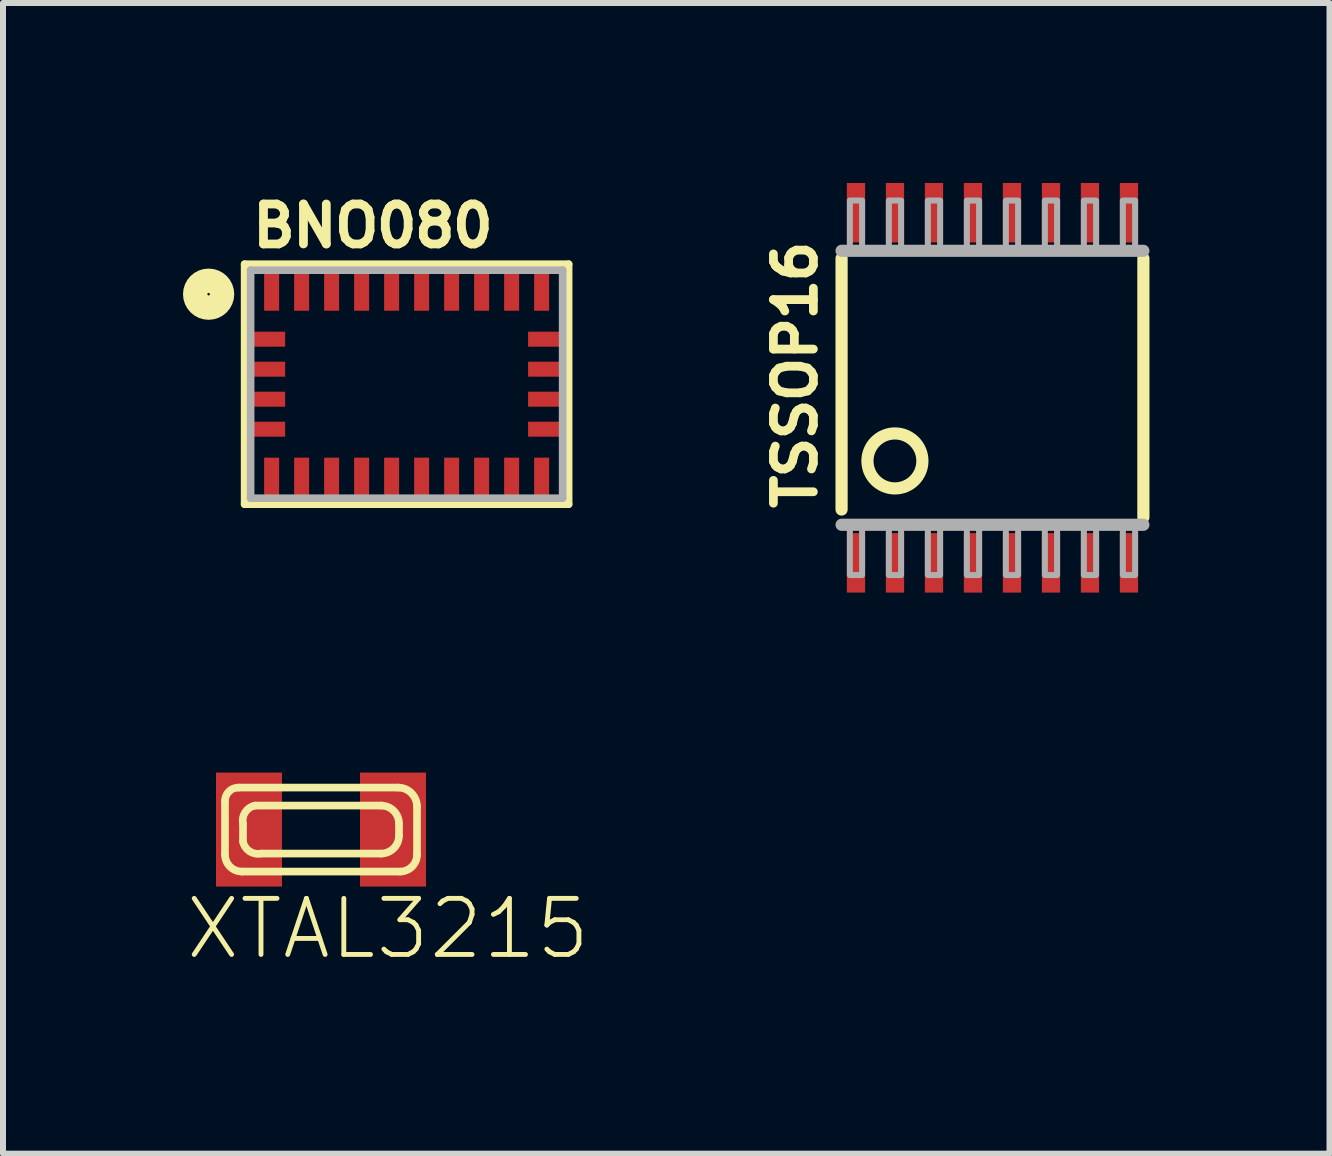
<source format=kicad_pcb>
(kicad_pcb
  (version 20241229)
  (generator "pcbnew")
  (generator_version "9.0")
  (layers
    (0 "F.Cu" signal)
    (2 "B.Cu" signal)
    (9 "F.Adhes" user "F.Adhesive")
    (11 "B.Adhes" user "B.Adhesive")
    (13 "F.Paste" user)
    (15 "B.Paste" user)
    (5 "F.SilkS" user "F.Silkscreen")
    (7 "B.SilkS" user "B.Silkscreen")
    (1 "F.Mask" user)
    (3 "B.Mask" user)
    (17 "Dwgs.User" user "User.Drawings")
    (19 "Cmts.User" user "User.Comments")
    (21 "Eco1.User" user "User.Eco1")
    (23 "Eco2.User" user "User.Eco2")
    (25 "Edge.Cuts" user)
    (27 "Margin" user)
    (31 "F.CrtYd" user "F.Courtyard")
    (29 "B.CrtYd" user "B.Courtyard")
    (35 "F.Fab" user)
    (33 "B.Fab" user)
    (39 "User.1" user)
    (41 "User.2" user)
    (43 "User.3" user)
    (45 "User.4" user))
  (footprint "BNO080"
    (layer "F.Cu")
    (at 3.727 3.353)
    (property "Reference" "BNO080" (at -2.64 -2.248 0) (layer "F.SilkS") (effects (font (size 0.666 0.666) (thickness 0.146)) (justify left bottom)))
    (fp_line (start -2.7 -2) (end 2.7 -2) (stroke (width 0.127) (type solid)) (layer "F.SilkS"))
    (fp_line (start -2.7 2) (end -2.7 -2) (stroke (width 0.127) (type solid)) (layer "F.SilkS"))
    (fp_line (start 2.7 -2) (end 2.7 2) (stroke (width 0.127) (type solid)) (layer "F.SilkS"))
    (fp_line (start 2.7 2) (end -2.7 2) (stroke (width 0.127) (type solid)) (layer "F.SilkS"))
    (fp_circle (center -3.3 -1.5) (end -3.076 -1.5) (stroke (width 0.406) (type solid)) (fill no) (layer "F.SilkS"))
    (fp_line (start -2.6 -1.9) (end 2.6 -1.9) (stroke (width 0.127) (type solid)) (layer "F.Fab"))
    (fp_line (start -2.6 1.9) (end -2.6 -1.9) (stroke (width 0.127) (type solid)) (layer "F.Fab"))
    (fp_line (start 2.6 -1.9) (end 2.6 1.9) (stroke (width 0.127) (type solid)) (layer "F.Fab"))
    (fp_line (start 2.6 1.9) (end -2.6 1.9) (stroke (width 0.127) (type solid)) (layer "F.Fab"))
    (pad "1" smd rect (at -2.25 -1.562) (size 0.25 0.675) (layers "F.Cu" "F.Mask" "F.Paste"))
    (pad "2" smd rect (at -2.312 -0.75 90) (size 0.25 0.575) (layers "F.Cu" "F.Mask" "F.Paste"))
    (pad "3" smd rect (at -2.312 -0.25 90) (size 0.25 0.575) (layers "F.Cu" "F.Mask" "F.Paste"))
    (pad "4" smd rect (at -2.312 0.25 90) (size 0.25 0.575) (layers "F.Cu" "F.Mask" "F.Paste"))
    (pad "5" smd rect (at -2.312 0.75 90) (size 0.25 0.575) (layers "F.Cu" "F.Mask" "F.Paste"))
    (pad "6" smd rect (at -2.25 1.562) (size 0.25 0.675) (layers "F.Cu" "F.Mask" "F.Paste"))
    (pad "7" smd rect (at -1.75 1.562) (size 0.25 0.675) (layers "F.Cu" "F.Mask" "F.Paste"))
    (pad "8" smd rect (at -1.25 1.562) (size 0.25 0.675) (layers "F.Cu" "F.Mask" "F.Paste"))
    (pad "9" smd rect (at -0.75 1.562) (size 0.25 0.675) (layers "F.Cu" "F.Mask" "F.Paste"))
    (pad "10" smd rect (at -0.25 1.562) (size 0.25 0.675) (layers "F.Cu" "F.Mask" "F.Paste"))
    (pad "11" smd rect (at 0.25 1.562) (size 0.25 0.675) (layers "F.Cu" "F.Mask" "F.Paste"))
    (pad "12" smd rect (at 0.75 1.562) (size 0.25 0.675) (layers "F.Cu" "F.Mask" "F.Paste"))
    (pad "13" smd rect (at 1.25 1.562) (size 0.25 0.675) (layers "F.Cu" "F.Mask" "F.Paste"))
    (pad "14" smd rect (at 1.75 1.562) (size 0.25 0.675) (layers "F.Cu" "F.Mask" "F.Paste"))
    (pad "15" smd rect (at 2.25 1.562) (size 0.25 0.675) (layers "F.Cu" "F.Mask" "F.Paste"))
    (pad "16" smd rect (at 2.312 0.75 90) (size 0.25 0.575) (layers "F.Cu" "F.Mask" "F.Paste"))
    (pad "17" smd rect (at 2.312 0.25 90) (size 0.25 0.575) (layers "F.Cu" "F.Mask" "F.Paste"))
    (pad "18" smd rect (at 2.312 -0.25 90) (size 0.25 0.575) (layers "F.Cu" "F.Mask" "F.Paste"))
    (pad "19" smd rect (at 2.312 -0.75 90) (size 0.25 0.575) (layers "F.Cu" "F.Mask" "F.Paste"))
    (pad "20" smd rect (at 2.25 -1.562) (size 0.25 0.675) (layers "F.Cu" "F.Mask" "F.Paste"))
    (pad "21" smd rect (at 1.75 -1.562) (size 0.25 0.675) (layers "F.Cu" "F.Mask" "F.Paste"))
    (pad "22" smd rect (at 1.25 -1.562) (size 0.25 0.675) (layers "F.Cu" "F.Mask" "F.Paste"))
    (pad "23" smd rect (at 0.75 -1.562) (size 0.25 0.675) (layers "F.Cu" "F.Mask" "F.Paste"))
    (pad "24" smd rect (at 0.25 -1.562) (size 0.25 0.675) (layers "F.Cu" "F.Mask" "F.Paste"))
    (pad "25" smd rect (at -0.25 -1.562) (size 0.25 0.675) (layers "F.Cu" "F.Mask" "F.Paste"))
    (pad "26" smd rect (at -0.75 -1.562) (size 0.25 0.675) (layers "F.Cu" "F.Mask" "F.Paste"))
    (pad "27" smd rect (at -1.25 -1.562) (size 0.25 0.675) (layers "F.Cu" "F.Mask" "F.Paste"))
    (pad "28" smd rect (at -1.75 -1.562) (size 0.25 0.675) (layers "F.Cu" "F.Mask" "F.Paste")))
  (footprint "TSSOP16"
    (layer "F.Cu")
    (at 13.491 3.413)
    (property "Reference" "TSSOP16" (at -2.896 2.083 90) (layer "F.SilkS") (effects (font (size 0.666 0.666) (thickness 0.146)) (justify left bottom)))
    (fp_line (start -2.515 2.029) (end -2.515 -2.156) (stroke (width 0.203) (type solid)) (layer "F.SilkS"))
    (fp_line (start 2.515 -2.156) (end 2.515 2.156) (stroke (width 0.203) (type solid)) (layer "F.SilkS"))
    (fp_circle (center -1.626 1.219) (end -1.168 1.219) (stroke (width 0.203) (type solid)) (fill no) (layer "F.SilkS"))
    (fp_line (start -2.515 2.283) (end 2.515 2.283) (stroke (width 0.203) (type solid)) (layer "F.Fab"))
    (fp_line (start 2.515 -2.283) (end -2.515 -2.283) (stroke (width 0.203) (type solid)) (layer "F.Fab"))
    (fp_poly (pts (xy -2.377 -2.283) (xy -2.173 -2.283) (xy -2.173 -3.121) (xy -2.377 -3.121)) (stroke (width 0.1) (type solid)) (fill no) (layer "F.Fab"))
    (fp_poly (pts (xy -2.377 3.121) (xy -2.173 3.121) (xy -2.173 2.283) (xy -2.377 2.283)) (stroke (width 0.1) (type solid)) (fill no) (layer "F.Fab"))
    (fp_poly (pts (xy -1.727 -2.283) (xy -1.523 -2.283) (xy -1.523 -3.121) (xy -1.727 -3.121)) (stroke (width 0.1) (type solid)) (fill no) (layer "F.Fab"))
    (fp_poly (pts (xy -1.727 3.121) (xy -1.523 3.121) (xy -1.523 2.283) (xy -1.727 2.283)) (stroke (width 0.1) (type solid)) (fill no) (layer "F.Fab"))
    (fp_poly (pts (xy -1.077 -2.283) (xy -0.873 -2.283) (xy -0.873 -3.121) (xy -1.077 -3.121)) (stroke (width 0.1) (type solid)) (fill no) (layer "F.Fab"))
    (fp_poly (pts (xy -1.077 3.121) (xy -0.873 3.121) (xy -0.873 2.283) (xy -1.077 2.283)) (stroke (width 0.1) (type solid)) (fill no) (layer "F.Fab"))
    (fp_poly (pts (xy -0.427 -2.283) (xy -0.223 -2.283) (xy -0.223 -3.121) (xy -0.427 -3.121)) (stroke (width 0.1) (type solid)) (fill no) (layer "F.Fab"))
    (fp_poly (pts (xy -0.427 3.121) (xy -0.223 3.121) (xy -0.223 2.283) (xy -0.427 2.283)) (stroke (width 0.1) (type solid)) (fill no) (layer "F.Fab"))
    (fp_poly (pts (xy 0.223 -2.283) (xy 0.427 -2.283) (xy 0.427 -3.121) (xy 0.223 -3.121)) (stroke (width 0.1) (type solid)) (fill no) (layer "F.Fab"))
    (fp_poly (pts (xy 0.223 3.121) (xy 0.427 3.121) (xy 0.427 2.283) (xy 0.223 2.283)) (stroke (width 0.1) (type solid)) (fill no) (layer "F.Fab"))
    (fp_poly (pts (xy 0.873 -2.283) (xy 1.077 -2.283) (xy 1.077 -3.121) (xy 0.873 -3.121)) (stroke (width 0.1) (type solid)) (fill no) (layer "F.Fab"))
    (fp_poly (pts (xy 0.873 3.121) (xy 1.077 3.121) (xy 1.077 2.283) (xy 0.873 2.283)) (stroke (width 0.1) (type solid)) (fill no) (layer "F.Fab"))
    (fp_poly (pts (xy 1.523 -2.283) (xy 1.727 -2.283) (xy 1.727 -3.121) (xy 1.523 -3.121)) (stroke (width 0.1) (type solid)) (fill no) (layer "F.Fab"))
    (fp_poly (pts (xy 1.523 3.121) (xy 1.727 3.121) (xy 1.727 2.283) (xy 1.523 2.283)) (stroke (width 0.1) (type solid)) (fill no) (layer "F.Fab"))
    (fp_poly (pts (xy 2.173 -2.283) (xy 2.377 -2.283) (xy 2.377 -3.121) (xy 2.173 -3.121)) (stroke (width 0.1) (type solid)) (fill no) (layer "F.Fab"))
    (fp_poly (pts (xy 2.173 3.121) (xy 2.377 3.121) (xy 2.377 2.283) (xy 2.173 2.283)) (stroke (width 0.1) (type solid)) (fill no) (layer "F.Fab"))
    (pad "1" smd rect (at -2.275 2.918) (size 0.305 0.991) (layers "F.Cu" "F.Mask" "F.Paste"))
    (pad "2" smd rect (at -1.625 2.918) (size 0.305 0.991) (layers "F.Cu" "F.Mask" "F.Paste"))
    (pad "3" smd rect (at -0.975 2.918) (size 0.305 0.991) (layers "F.Cu" "F.Mask" "F.Paste"))
    (pad "4" smd rect (at -0.325 2.918) (size 0.305 0.991) (layers "F.Cu" "F.Mask" "F.Paste"))
    (pad "5" smd rect (at 0.325 2.918) (size 0.305 0.991) (layers "F.Cu" "F.Mask" "F.Paste"))
    (pad "6" smd rect (at 0.975 2.918) (size 0.305 0.991) (layers "F.Cu" "F.Mask" "F.Paste"))
    (pad "7" smd rect (at 1.625 2.918) (size 0.305 0.991) (layers "F.Cu" "F.Mask" "F.Paste"))
    (pad "8" smd rect (at 2.275 2.918) (size 0.305 0.991) (layers "F.Cu" "F.Mask" "F.Paste"))
    (pad "9" smd rect (at 2.275 -2.918) (size 0.305 0.991) (layers "F.Cu" "F.Mask" "F.Paste"))
    (pad "10" smd rect (at 1.625 -2.918) (size 0.305 0.991) (layers "F.Cu" "F.Mask" "F.Paste"))
    (pad "11" smd rect (at 0.975 -2.918) (size 0.305 0.991) (layers "F.Cu" "F.Mask" "F.Paste"))
    (pad "12" smd rect (at 0.325 -2.918) (size 0.305 0.991) (layers "F.Cu" "F.Mask" "F.Paste"))
    (pad "13" smd rect (at -0.325 -2.918) (size 0.305 0.991) (layers "F.Cu" "F.Mask" "F.Paste"))
    (pad "14" smd rect (at -0.975 -2.918) (size 0.305 0.991) (layers "F.Cu" "F.Mask" "F.Paste"))
    (pad "15" smd rect (at -1.625 -2.918) (size 0.305 0.991) (layers "F.Cu" "F.Mask" "F.Paste"))
    (pad "16" smd rect (at -2.275 -2.918) (size 0.305 0.991) (layers "F.Cu" "F.Mask" "F.Paste")))
  (footprint "XTAL3215"
    (layer "F.Cu")
    (at 2.3 10.776)
    (property "Reference" "XTAL3215" (at -2.3 2.2 0) (layer "F.SilkS") (effects (font (size 0.935 0.935) (thickness 0.081)) (justify left bottom)))
    (fp_line (start -1.6 0.417) (end -1.6 -0.476) (stroke (width 0.127) (type solid)) (layer "F.SilkS"))
    (fp_line (start -1.376 -0.7) (end 1.284 -0.7) (stroke (width 0.127) (type solid)) (layer "F.SilkS"))
    (fp_line (start -1.3 0.2) (end -1.3 -0.1) (stroke (width 0.127) (type solid)) (layer "F.SilkS"))
    (fp_line (start -1.1 -0.4) (end 1 -0.4) (stroke (width 0.127) (type solid)) (layer "F.SilkS"))
    (fp_line (start 1 0.4) (end -1 0.4) (stroke (width 0.127) (type solid)) (layer "F.SilkS"))
    (fp_line (start 1.3 -0.1) (end 1.3 0.1) (stroke (width 0.127) (type solid)) (layer "F.SilkS"))
    (fp_line (start 1.317 0.7) (end -1.317 0.7) (stroke (width 0.127) (type solid)) (layer "F.SilkS"))
    (fp_line (start 1.6 -0.384) (end 1.6 0.417) (stroke (width 0.127) (type solid)) (layer "F.SilkS"))
    (fp_arc (start -1.6 -0.4764) (mid -1.534509 -0.634509) (end -1.3764 -0.7) (stroke (width 0.127) (type solid)) (layer "F.SilkS"))
    (fp_arc (start -1.3172 0.7) (mid -1.51717 0.61717) (end -1.6 0.4172) (stroke (width 0.127) (type solid)) (layer "F.SilkS"))
    (fp_arc (start -1.3 -0.1) (mid -1.262161 -0.291441) (end -1.099999 -0.399999) (stroke (width 0.127) (type solid)) (layer "F.SilkS"))
    (fp_arc (start -1 0.4) (mid -1.191422 0.362132) (end -1.300001 0.199999) (stroke (width 0.127) (type solid)) (layer "F.SilkS"))
    (fp_arc (start 1 -0.4) (mid 1.212103 -0.312103) (end 1.3 -0.1) (stroke (width 0.127) (type solid)) (layer "F.SilkS"))
    (fp_arc (start 1.2838 -0.7) (mid 1.507387 -0.607387) (end 1.6 -0.3838) (stroke (width 0.127) (type solid)) (layer "F.SilkS"))
    (fp_arc (start 1.3 0.1) (mid 1.212131 0.312132) (end 0.999999 0.399999) (stroke (width 0.127) (type solid)) (layer "F.SilkS"))
    (fp_arc (start 1.6 0.4172) (mid 1.51717 0.61717) (end 1.3172 0.7) (stroke (width 0.127) (type solid)) (layer "F.SilkS"))
    (pad "P$1" smd rect (at 1.2 0) (size 1.1 1.9) (layers "F.Cu" "F.Mask" "F.Paste"))
    (pad "P$2" smd rect (at -1.2 0 180) (size 1.1 1.9) (layers "F.Cu" "F.Mask" "F.Paste")))
  (gr_rect
    (start -3 -3)
    (end 19.108 16.177)
    (stroke (width 0.1) (type default))
    (fill no)
    (layer "Edge.Cuts")))
</source>
